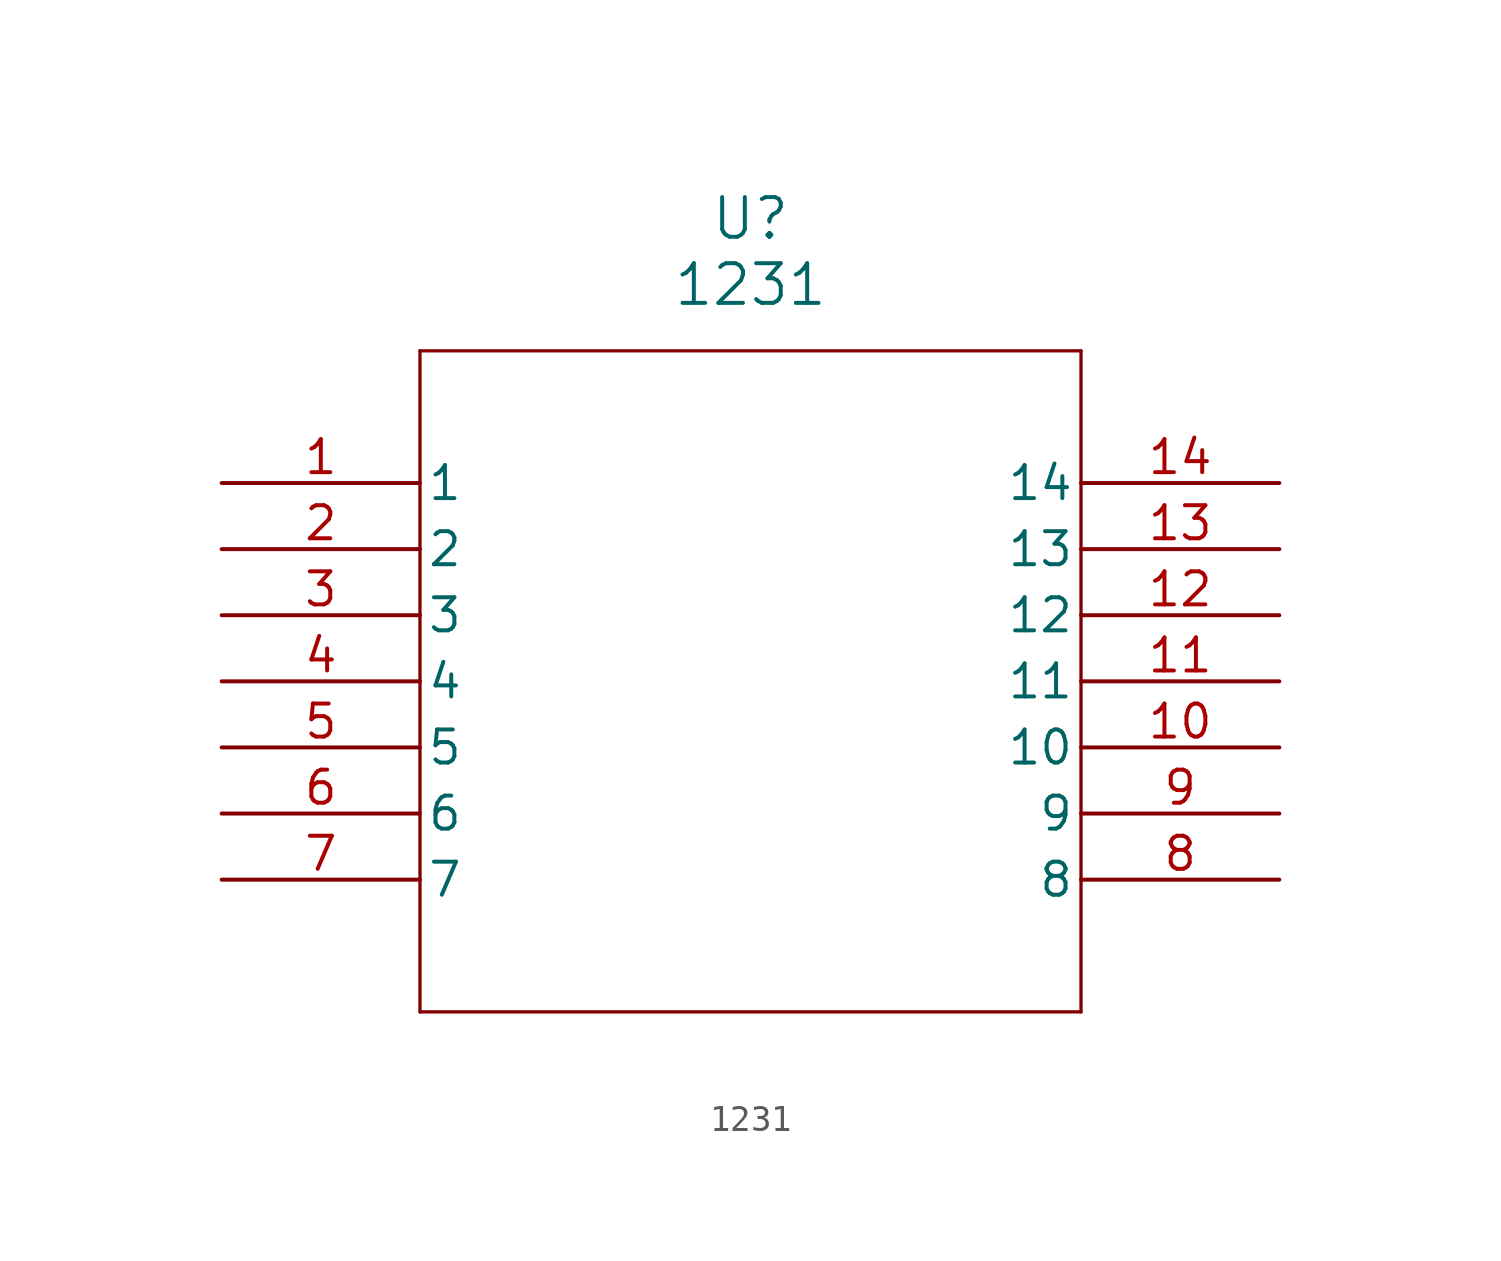
<source format=kicad_sym>
(kicad_symbol_lib
  (version 20211014)
  (generator kicad_symbol_editor)
  (symbol "1231"
    (pin_names
      (offset 0.254))
    (property "Reference" "U"
      (at 20.32 10.16 0)
      (effects (font (size 1.524 1.524))))
    (property "Value" "1231"
      (at 20.32 7.62 0)
      (effects (font (size 1.524 1.524))))
    (symbol "1231_0_1"
      (polyline (pts (xy 7.62 5.08) (xy 7.62 -20.32)) (stroke (width 0.127) (type default) (color 0 0 0 0)) (fill (type none)))
      (polyline (pts (xy 7.62 -20.32) (xy 33.02 -20.32)) (stroke (width 0.127) (type default) (color 0 0 0 0)) (fill (type none)))
      (polyline (pts (xy 33.02 -20.32) (xy 33.02 5.08)) (stroke (width 0.127) (type default) (color 0 0 0 0)) (fill (type none)))
      (polyline (pts (xy 33.02 5.08) (xy 7.62 5.08)) (stroke (width 0.127) (type default) (color 0 0 0 0)) (fill (type none)))
      (pin unspecified line (at 0 0 0) (length 7.62) (name "1" (effects (font (size 1.27 1.27)))) (number "1" (effects (font (size 1.27 1.27)))))
      (pin unspecified line (at 0 -2.54 0) (length 7.62) (name "2" (effects (font (size 1.27 1.27)))) (number "2" (effects (font (size 1.27 1.27)))))
      (pin unspecified line (at 0 -5.08 0) (length 7.62) (name "3" (effects (font (size 1.27 1.27)))) (number "3" (effects (font (size 1.27 1.27)))))
      (pin unspecified line (at 0 -7.62 0) (length 7.62) (name "4" (effects (font (size 1.27 1.27)))) (number "4" (effects (font (size 1.27 1.27)))))
      (pin unspecified line (at 0 -10.16 0) (length 7.62) (name "5" (effects (font (size 1.27 1.27)))) (number "5" (effects (font (size 1.27 1.27)))))
      (pin unspecified line (at 0 -12.7 0) (length 7.62) (name "6" (effects (font (size 1.27 1.27)))) (number "6" (effects (font (size 1.27 1.27)))))
      (pin unspecified line (at 0 -15.24 0) (length 7.62) (name "7" (effects (font (size 1.27 1.27)))) (number "7" (effects (font (size 1.27 1.27)))))
      (pin unspecified line (at 40.64 -15.24 180) (length 7.62) (name "8" (effects (font (size 1.27 1.27)))) (number "8" (effects (font (size 1.27 1.27)))))
      (pin unspecified line (at 40.64 -12.7 180) (length 7.62) (name "9" (effects (font (size 1.27 1.27)))) (number "9" (effects (font (size 1.27 1.27)))))
      (pin unspecified line (at 40.64 -10.16 180) (length 7.62) (name "10" (effects (font (size 1.27 1.27)))) (number "10" (effects (font (size 1.27 1.27)))))
      (pin unspecified line (at 40.64 -7.62 180) (length 7.62) (name "11" (effects (font (size 1.27 1.27)))) (number "11" (effects (font (size 1.27 1.27)))))
      (pin unspecified line (at 40.64 -5.08 180) (length 7.62) (name "12" (effects (font (size 1.27 1.27)))) (number "12" (effects (font (size 1.27 1.27)))))
      (pin unspecified line (at 40.64 -2.54 180) (length 7.62) (name "13" (effects (font (size 1.27 1.27)))) (number "13" (effects (font (size 1.27 1.27)))))
      (pin unspecified line (at 40.64 0 180) (length 7.62) (name "14" (effects (font (size 1.27 1.27)))) (number "14" (effects (font (size 1.27 1.27))))))))
</source>
